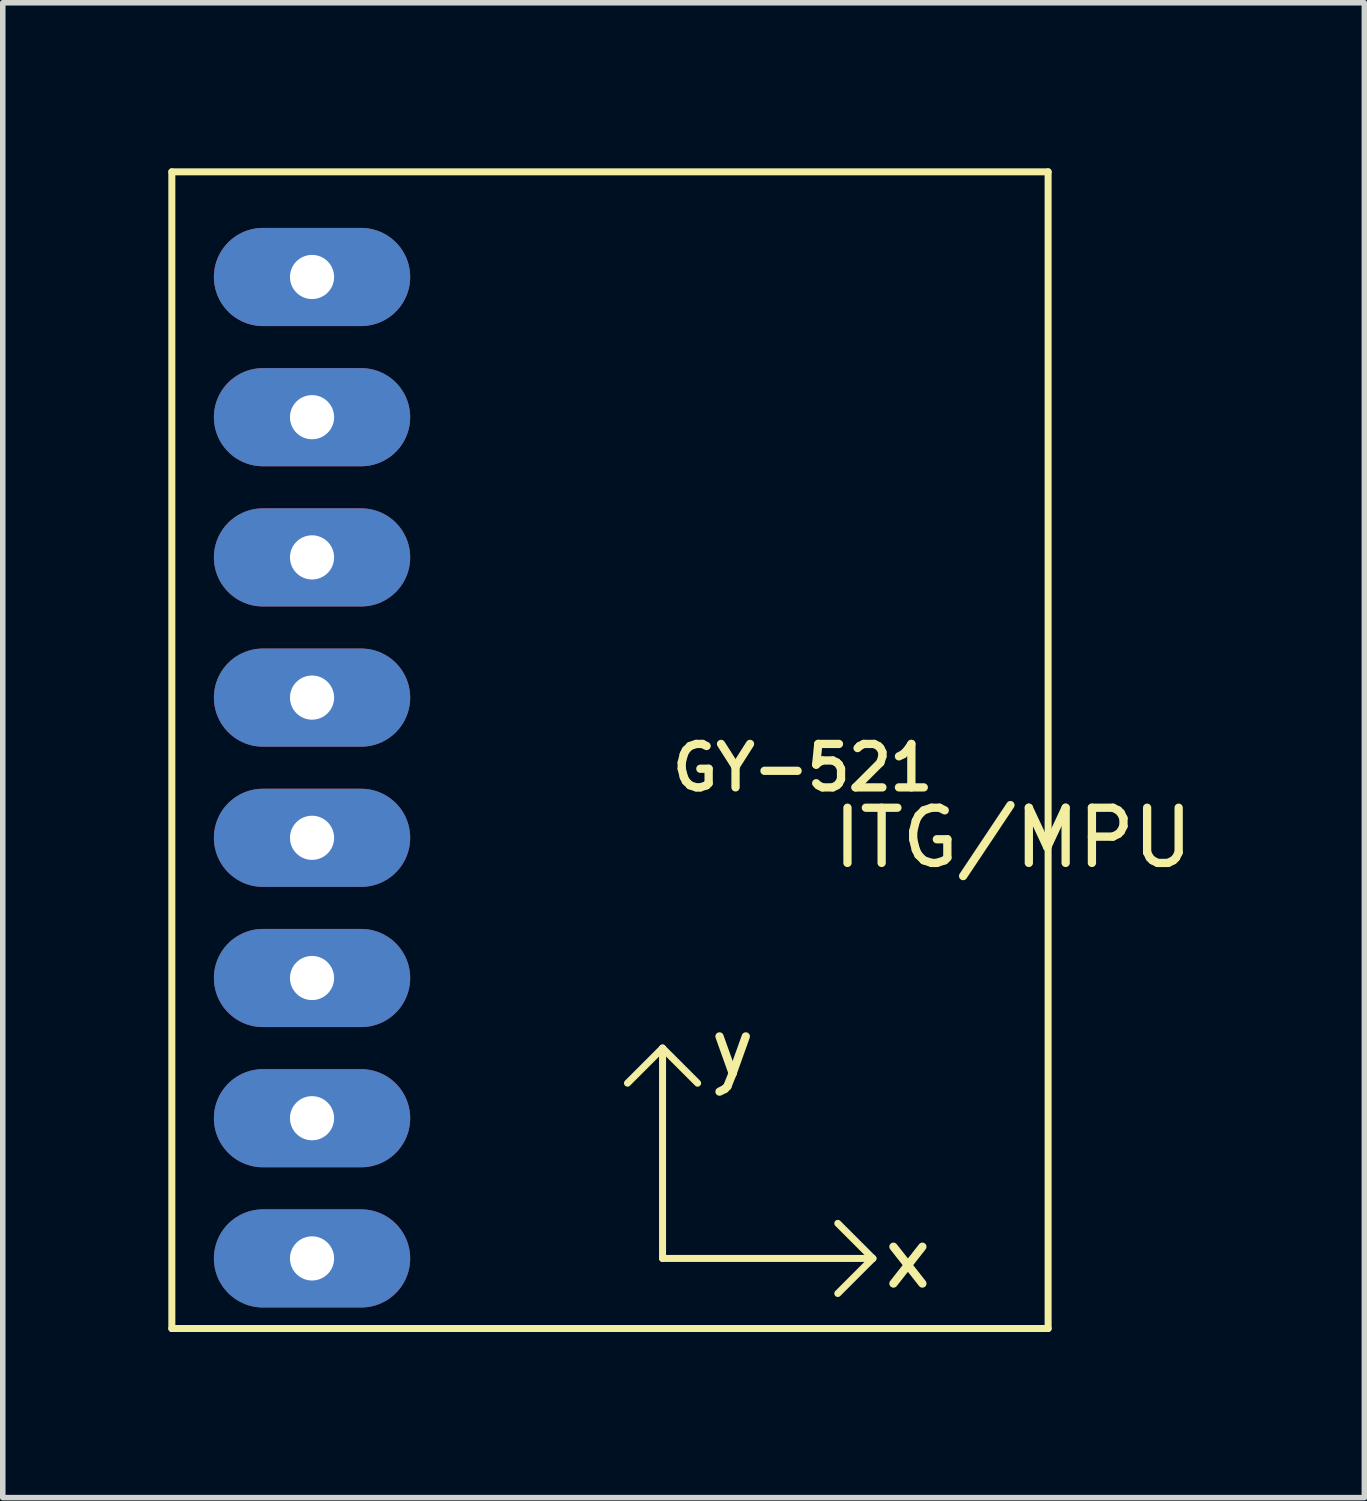
<source format=kicad_pcb>
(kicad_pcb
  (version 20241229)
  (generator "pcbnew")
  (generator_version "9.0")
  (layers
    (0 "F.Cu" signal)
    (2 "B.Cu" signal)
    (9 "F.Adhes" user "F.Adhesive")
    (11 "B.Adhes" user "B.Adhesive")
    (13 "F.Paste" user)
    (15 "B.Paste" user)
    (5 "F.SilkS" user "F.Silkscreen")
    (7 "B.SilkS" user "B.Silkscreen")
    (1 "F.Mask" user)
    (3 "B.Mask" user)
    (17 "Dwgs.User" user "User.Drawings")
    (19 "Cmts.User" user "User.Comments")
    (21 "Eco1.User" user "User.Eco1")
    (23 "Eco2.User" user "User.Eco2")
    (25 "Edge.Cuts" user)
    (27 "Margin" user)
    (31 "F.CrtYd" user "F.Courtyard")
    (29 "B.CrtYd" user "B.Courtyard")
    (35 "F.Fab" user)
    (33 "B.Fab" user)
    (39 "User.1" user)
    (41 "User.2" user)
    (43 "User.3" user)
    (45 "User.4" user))
  (footprint "GY-521"
    (layer "F.Cu")
    (at 11.493 10.858)
    (property "Reference" "GY-521" (at 0 0 0) (layer "F.SilkS") (effects (font (size 0.787 0.787) (thickness 0.15))))
    (attr through_hole)
    (fp_line (start -11.43 -10.795) (end 4.445 -10.795) (stroke (width 0.127) (type solid)) (layer "F.SilkS"))
    (fp_line (start -11.43 10.16) (end -11.43 -10.795) (stroke (width 0.127) (type solid)) (layer "F.SilkS"))
    (fp_line (start -2.54 5.08) (end -3.175 5.715) (stroke (width 0.127) (type solid)) (layer "F.SilkS"))
    (fp_line (start -2.54 5.08) (end -1.905 5.715) (stroke (width 0.127) (type solid)) (layer "F.SilkS"))
    (fp_line (start -2.54 8.89) (end -2.54 5.08) (stroke (width 0.127) (type solid)) (layer "F.SilkS"))
    (fp_line (start -2.54 8.89) (end 1.27 8.89) (stroke (width 0.127) (type solid)) (layer "F.SilkS"))
    (fp_line (start 1.27 8.89) (end 0.635 8.255) (stroke (width 0.127) (type solid)) (layer "F.SilkS"))
    (fp_line (start 1.27 8.89) (end 0.635 9.525) (stroke (width 0.127) (type solid)) (layer "F.SilkS"))
    (fp_line (start 4.445 -10.795) (end 4.445 10.16) (stroke (width 0.127) (type solid)) (layer "F.SilkS"))
    (fp_line (start 4.445 10.16) (end -11.43 10.16) (stroke (width 0.127) (type solid)) (layer "F.SilkS"))
    (fp_text user "x" (at 1.905 8.89 0) (layer "F.SilkS") (effects (font (size 1 1) (thickness 0.15))))
    (fp_text user "y" (at -1.27 5.08 0) (layer "F.SilkS") (effects (font (size 1 1) (thickness 0.15))))
    (fp_text user "ITG/MPU" (at 3.81 1.27 0) (layer "F.SilkS") (effects (font (size 1 1) (thickness 0.15))))
    (pad "ADO" thru_hole oval (at -8.89 6.35) (size 3.556 1.778) (drill 0.8) (layers "*.Cu" "*.Mask"))
    (pad "GND" thru_hole oval (at -8.89 -6.35) (size 3.556 1.778) (drill 0.8) (layers "*.Cu" "*.Mask"))
    (pad "INT" thru_hole oval (at -8.89 8.89) (size 3.556 1.778) (drill 0.8) (layers "*.Cu" "*.Mask"))
    (pad "SCL" thru_hole oval (at -8.89 -3.81) (size 3.556 1.778) (drill 0.8) (layers "*.Cu" "*.Mask"))
    (pad "SDA" thru_hole oval (at -8.89 -1.27) (size 3.556 1.778) (drill 0.8) (layers "*.Cu" "*.Mask"))
    (pad "VCC" thru_hole oval (at -8.89 -8.89) (size 3.556 1.778) (drill 0.8) (layers "*.Cu" "*.Mask"))
    (pad "XCL" thru_hole oval (at -8.89 3.81) (size 3.556 1.778) (drill 0.8) (layers "*.Cu" "*.Mask"))
    (pad "XDA" thru_hole oval (at -8.89 1.27) (size 3.556 1.778) (drill 0.8) (layers "*.Cu" "*.Mask")))
  (gr_rect
    (start -3 -3)
    (end 21.667 24.082)
    (stroke (width 0.1) (type default))
    (fill no)
    (layer "Edge.Cuts")))
</source>
